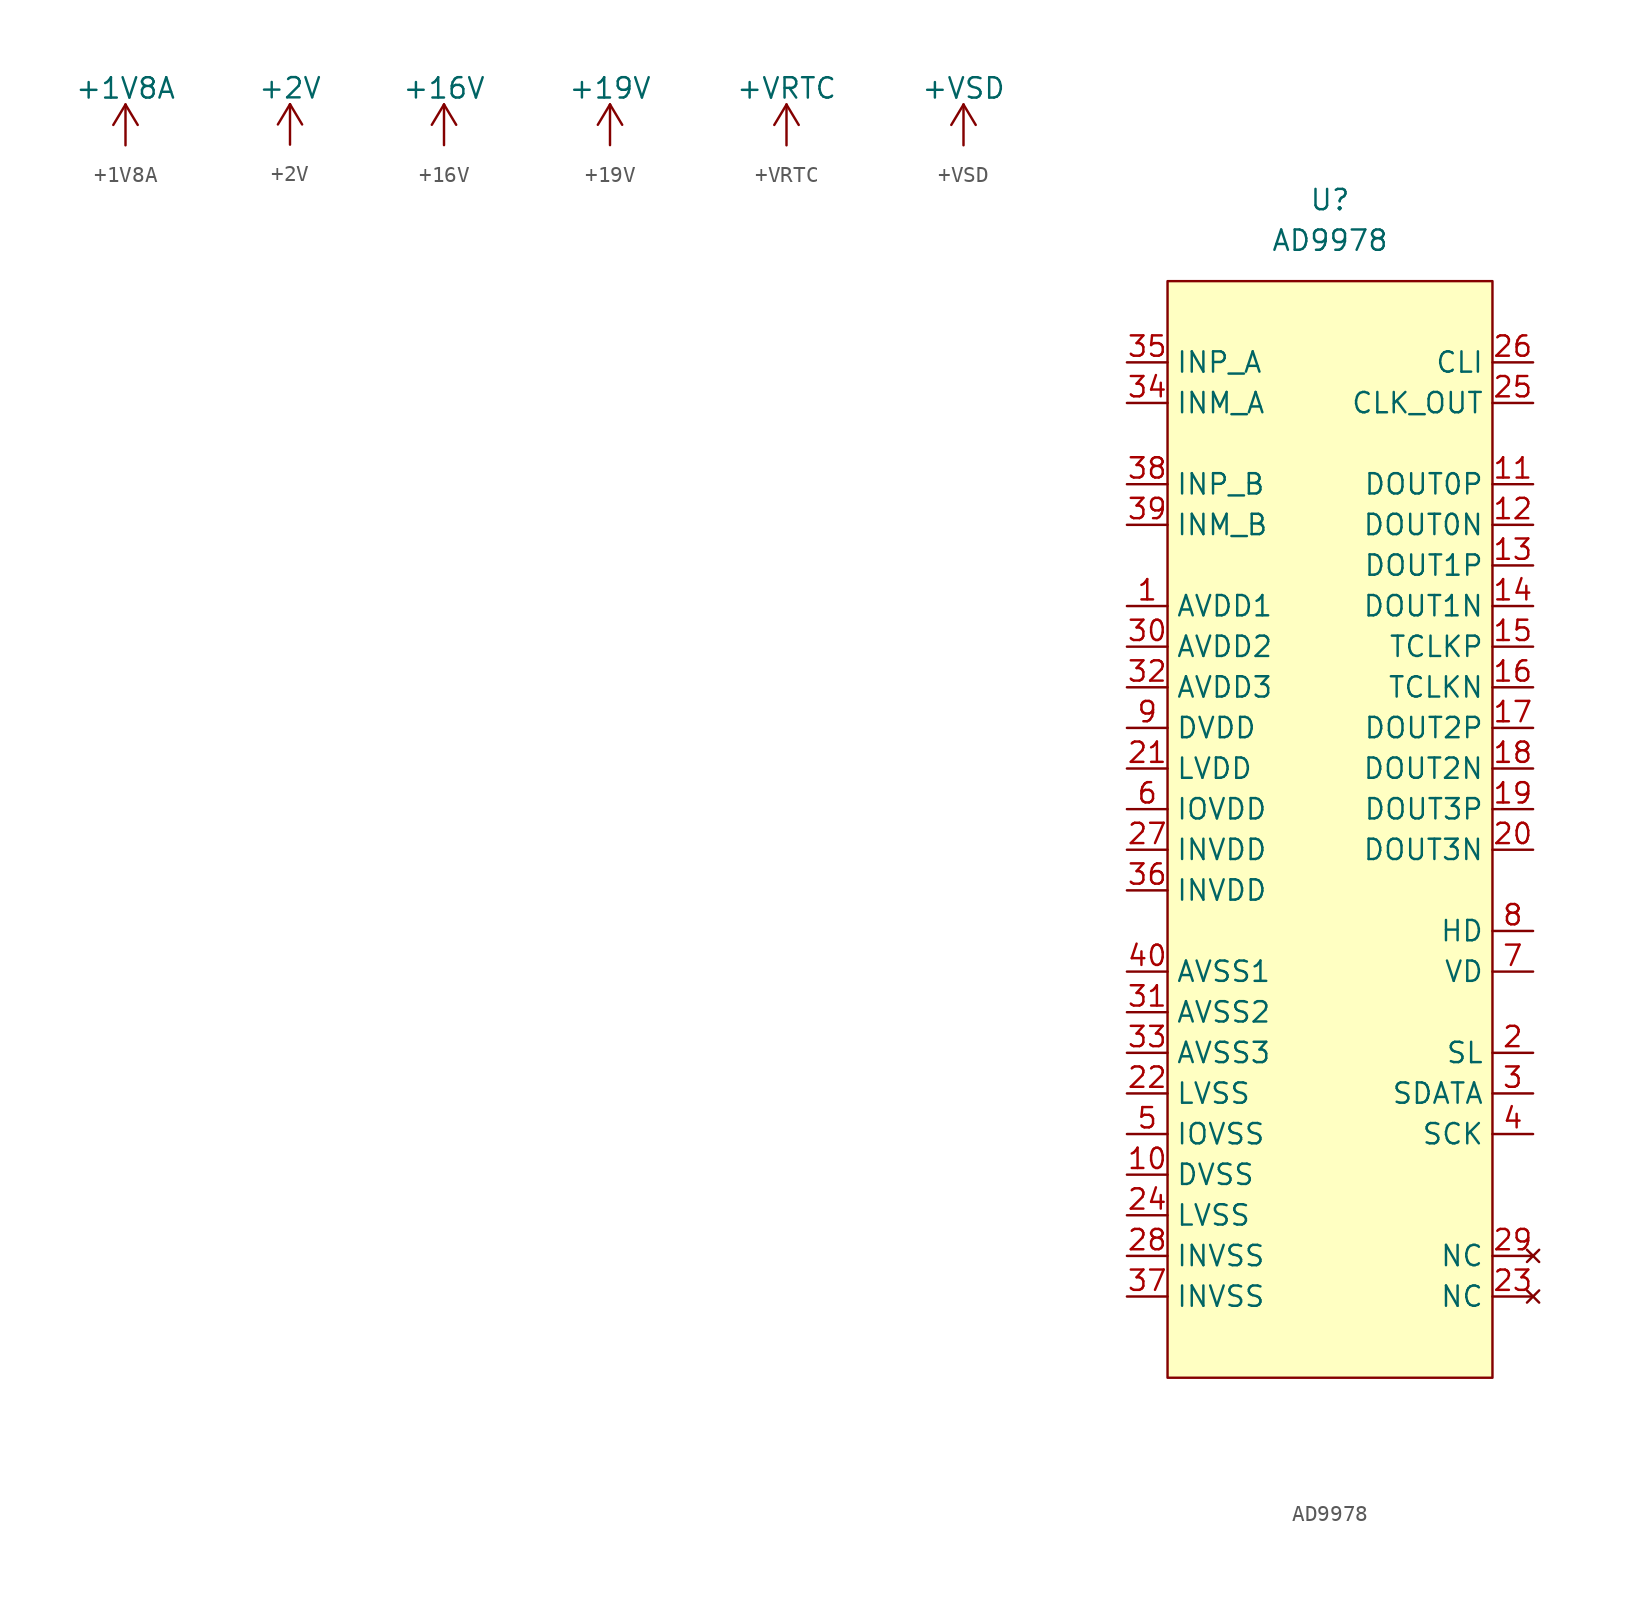
<source format=kicad_sym>
(kicad_symbol_lib
  (version 20210619)
  (generator kicad_symbol_editor)
  (symbol "Sitina:+1V8A"
    (power)
    (pin_names
      (offset 0))
    (property "Reference" "#PWR"
      (at 0 -3.81 0)
      (effects (font (size 1.27 1.27)) hide))
    (property "Value" "+1V8A"
      (at 0 3.556 0)
      (effects (font (size 1.27 1.27))))
    (symbol "+1V8A_0_1"
      (polyline (pts (xy -0.762 1.27) (xy 0 2.54)) (stroke (width 0)) (fill (type none)))
      (polyline (pts (xy 0 0) (xy 0 2.54)) (stroke (width 0)) (fill (type none)))
      (polyline (pts (xy 0 2.54) (xy 0.762 1.27)) (stroke (width 0)) (fill (type none))))
    (symbol "+1V8A_1_1"
      (pin power_in line (at 0 0 90) (length 0) hide (name "+1V8A" (effects (font (size 1.27 1.27)))) (number "1" (effects (font (size 1.27 1.27)))))))
  (symbol "Sitina:+2V"
    (power)
    (pin_names
      (offset 0))
    (property "Reference" "#PWR"
      (at 0 -3.81 0)
      (effects (font (size 1.27 1.27)) hide))
    (property "Value" "+2V"
      (at 0 3.556 0)
      (effects (font (size 1.27 1.27))))
    (symbol "+2V_0_1"
      (polyline (pts (xy -0.762 1.27) (xy 0 2.54)) (stroke (width 0)) (fill (type none)))
      (polyline (pts (xy 0 0) (xy 0 2.54)) (stroke (width 0)) (fill (type none)))
      (polyline (pts (xy 0 2.54) (xy 0.762 1.27)) (stroke (width 0)) (fill (type none))))
    (symbol "+2V_1_1"
      (pin power_in line (at 0 0 90) (length 0) hide (name "+2V" (effects (font (size 1.27 1.27)))) (number "1" (effects (font (size 1.27 1.27)))))))
  (symbol "Sitina:+16V"
    (power)
    (pin_names
      (offset 0))
    (property "Reference" "#PWR"
      (at 0 -3.81 0)
      (effects (font (size 1.27 1.27)) hide))
    (property "Value" "+16V"
      (at 0 3.556 0)
      (effects (font (size 1.27 1.27))))
    (symbol "+16V_0_1"
      (polyline (pts (xy -0.762 1.27) (xy 0 2.54)) (stroke (width 0)) (fill (type none)))
      (polyline (pts (xy 0 0) (xy 0 2.54)) (stroke (width 0)) (fill (type none)))
      (polyline (pts (xy 0 2.54) (xy 0.762 1.27)) (stroke (width 0)) (fill (type none))))
    (symbol "+16V_1_1"
      (pin power_in line (at 0 0 90) (length 0) hide (name "+16V" (effects (font (size 1.27 1.27)))) (number "1" (effects (font (size 1.27 1.27)))))))
  (symbol "Sitina:+19V"
    (power)
    (pin_names
      (offset 0))
    (property "Reference" "#PWR"
      (at 0 -3.81 0)
      (effects (font (size 1.27 1.27)) hide))
    (property "Value" "+19V"
      (at 0 3.556 0)
      (effects (font (size 1.27 1.27))))
    (symbol "+19V_0_1"
      (polyline (pts (xy -0.762 1.27) (xy 0 2.54)) (stroke (width 0)) (fill (type none)))
      (polyline (pts (xy 0 0) (xy 0 2.54)) (stroke (width 0)) (fill (type none)))
      (polyline (pts (xy 0 2.54) (xy 0.762 1.27)) (stroke (width 0)) (fill (type none))))
    (symbol "+19V_1_1"
      (pin power_in line (at 0 0 90) (length 0) hide (name "+19V" (effects (font (size 1.27 1.27)))) (number "1" (effects (font (size 1.27 1.27)))))))
  (symbol "Sitina:+VRTC"
    (power)
    (pin_names
      (offset 0))
    (property "Reference" "#PWR"
      (at 0 -3.81 0)
      (effects (font (size 1.27 1.27)) hide))
    (property "Value" "+VRTC"
      (at 0 3.556 0)
      (effects (font (size 1.27 1.27))))
    (symbol "+VRTC_0_1"
      (polyline (pts (xy -0.762 1.27) (xy 0 2.54)) (stroke (width 0)) (fill (type none)))
      (polyline (pts (xy 0 0) (xy 0 2.54)) (stroke (width 0)) (fill (type none)))
      (polyline (pts (xy 0 2.54) (xy 0.762 1.27)) (stroke (width 0)) (fill (type none))))
    (symbol "+VRTC_1_1"
      (pin power_in line (at 0 0 90) (length 0) hide (name "+VRTC" (effects (font (size 1.27 1.27)))) (number "1" (effects (font (size 1.27 1.27)))))))
  (symbol "Sitina:+VSD"
    (power)
    (pin_names
      (offset 0))
    (property "Reference" "#PWR"
      (at 0 -3.81 0)
      (effects (font (size 1.27 1.27)) hide))
    (property "Value" "+VSD"
      (at 0 3.556 0)
      (effects (font (size 1.27 1.27))))
    (symbol "+VSD_0_1"
      (polyline (pts (xy -0.762 1.27) (xy 0 2.54)) (stroke (width 0)) (fill (type none)))
      (polyline (pts (xy 0 0) (xy 0 2.54)) (stroke (width 0)) (fill (type none)))
      (polyline (pts (xy 0 2.54) (xy 0.762 1.27)) (stroke (width 0)) (fill (type none))))
    (symbol "+VSD_1_1"
      (pin power_in line (at 0 0 90) (length 0) hide (name "+VSD" (effects (font (size 1.27 1.27)))) (number "1" (effects (font (size 1.27 1.27)))))))
  (symbol "Sitina:AD9978"
    (property "Reference" "U"
      (at 0 0 0)
      (effects (font (size 1.27 1.27))))
    (property "Value" "AD9978"
      (at 0 -2.54 0)
      (effects (font (size 1.27 1.27))))
    (symbol "AD9978_0_1"
      (rectangle (start -10.16 -5.08) (end 10.16 -73.66) (stroke (width 0.152)) (fill (type background))))
    (symbol "AD9978_1_1"
      (pin power_in line (at -12.7 -25.4 0) (length 2.54) (name "AVDD1" (effects (font (size 1.27 1.27)))) (number "1" (effects (font (size 1.27 1.27)))))
      (pin power_in line (at -12.7 -60.96 0) (length 2.54) (name "DVSS" (effects (font (size 1.27 1.27)))) (number "10" (effects (font (size 1.27 1.27)))))
      (pin output line (at 12.7 -17.78 180) (length 2.54) (name "DOUT0P" (effects (font (size 1.27 1.27)))) (number "11" (effects (font (size 1.27 1.27)))))
      (pin output line (at 12.7 -20.32 180) (length 2.54) (name "DOUT0N" (effects (font (size 1.27 1.27)))) (number "12" (effects (font (size 1.27 1.27)))))
      (pin output line (at 12.7 -22.86 180) (length 2.54) (name "DOUT1P" (effects (font (size 1.27 1.27)))) (number "13" (effects (font (size 1.27 1.27)))))
      (pin output line (at 12.7 -25.4 180) (length 2.54) (name "DOUT1N" (effects (font (size 1.27 1.27)))) (number "14" (effects (font (size 1.27 1.27)))))
      (pin output line (at 12.7 -27.94 180) (length 2.54) (name "TCLKP" (effects (font (size 1.27 1.27)))) (number "15" (effects (font (size 1.27 1.27)))))
      (pin output line (at 12.7 -30.48 180) (length 2.54) (name "TCLKN" (effects (font (size 1.27 1.27)))) (number "16" (effects (font (size 1.27 1.27)))))
      (pin output line (at 12.7 -33.02 180) (length 2.54) (name "DOUT2P" (effects (font (size 1.27 1.27)))) (number "17" (effects (font (size 1.27 1.27)))))
      (pin output line (at 12.7 -35.56 180) (length 2.54) (name "DOUT2N" (effects (font (size 1.27 1.27)))) (number "18" (effects (font (size 1.27 1.27)))))
      (pin output line (at 12.7 -38.1 180) (length 2.54) (name "DOUT3P" (effects (font (size 1.27 1.27)))) (number "19" (effects (font (size 1.27 1.27)))))
      (pin input line (at 12.7 -53.34 180) (length 2.54) (name "SL" (effects (font (size 1.27 1.27)))) (number "2" (effects (font (size 1.27 1.27)))))
      (pin output line (at 12.7 -40.64 180) (length 2.54) (name "DOUT3N" (effects (font (size 1.27 1.27)))) (number "20" (effects (font (size 1.27 1.27)))))
      (pin power_in line (at -12.7 -35.56 0) (length 2.54) (name "LVDD" (effects (font (size 1.27 1.27)))) (number "21" (effects (font (size 1.27 1.27)))))
      (pin power_in line (at -12.7 -55.88 0) (length 2.54) (name "LVSS" (effects (font (size 1.27 1.27)))) (number "22" (effects (font (size 1.27 1.27)))))
      (pin no_connect line (at 12.7 -68.58 180) (length 2.54) (name "NC" (effects (font (size 1.27 1.27)))) (number "23" (effects (font (size 1.27 1.27)))))
      (pin power_in line (at -12.7 -63.5 0) (length 2.54) (name "LVSS" (effects (font (size 1.27 1.27)))) (number "24" (effects (font (size 1.27 1.27)))))
      (pin output line (at 12.7 -12.7 180) (length 2.54) (name "CLK_OUT" (effects (font (size 1.27 1.27)))) (number "25" (effects (font (size 1.27 1.27)))))
      (pin input line (at 12.7 -10.16 180) (length 2.54) (name "CLI" (effects (font (size 1.27 1.27)))) (number "26" (effects (font (size 1.27 1.27)))))
      (pin power_in line (at -12.7 -40.64 0) (length 2.54) (name "INVDD" (effects (font (size 1.27 1.27)))) (number "27" (effects (font (size 1.27 1.27)))))
      (pin power_in line (at -12.7 -66.04 0) (length 2.54) (name "INVSS" (effects (font (size 1.27 1.27)))) (number "28" (effects (font (size 1.27 1.27)))))
      (pin no_connect line (at 12.7 -66.04 180) (length 2.54) (name "NC" (effects (font (size 1.27 1.27)))) (number "29" (effects (font (size 1.27 1.27)))))
      (pin input line (at 12.7 -55.88 180) (length 2.54) (name "SDATA" (effects (font (size 1.27 1.27)))) (number "3" (effects (font (size 1.27 1.27)))))
      (pin power_in line (at -12.7 -27.94 0) (length 2.54) (name "AVDD2" (effects (font (size 1.27 1.27)))) (number "30" (effects (font (size 1.27 1.27)))))
      (pin power_in line (at -12.7 -50.8 0) (length 2.54) (name "AVSS2" (effects (font (size 1.27 1.27)))) (number "31" (effects (font (size 1.27 1.27)))))
      (pin power_in line (at -12.7 -30.48 0) (length 2.54) (name "AVDD3" (effects (font (size 1.27 1.27)))) (number "32" (effects (font (size 1.27 1.27)))))
      (pin power_in line (at -12.7 -53.34 0) (length 2.54) (name "AVSS3" (effects (font (size 1.27 1.27)))) (number "33" (effects (font (size 1.27 1.27)))))
      (pin input line (at -12.7 -12.7 0) (length 2.54) (name "INM_A" (effects (font (size 1.27 1.27)))) (number "34" (effects (font (size 1.27 1.27)))))
      (pin input line (at -12.7 -10.16 0) (length 2.54) (name "INP_A" (effects (font (size 1.27 1.27)))) (number "35" (effects (font (size 1.27 1.27)))))
      (pin power_in line (at -12.7 -43.18 0) (length 2.54) (name "INVDD" (effects (font (size 1.27 1.27)))) (number "36" (effects (font (size 1.27 1.27)))))
      (pin power_in line (at -12.7 -68.58 0) (length 2.54) (name "INVSS" (effects (font (size 1.27 1.27)))) (number "37" (effects (font (size 1.27 1.27)))))
      (pin input line (at -12.7 -17.78 0) (length 2.54) (name "INP_B" (effects (font (size 1.27 1.27)))) (number "38" (effects (font (size 1.27 1.27)))))
      (pin input line (at -12.7 -20.32 0) (length 2.54) (name "INM_B" (effects (font (size 1.27 1.27)))) (number "39" (effects (font (size 1.27 1.27)))))
      (pin input line (at 12.7 -58.42 180) (length 2.54) (name "SCK" (effects (font (size 1.27 1.27)))) (number "4" (effects (font (size 1.27 1.27)))))
      (pin power_in line (at -12.7 -48.26 0) (length 2.54) (name "AVSS1" (effects (font (size 1.27 1.27)))) (number "40" (effects (font (size 1.27 1.27)))))
      (pin power_in line (at -12.7 -58.42 0) (length 2.54) (name "IOVSS" (effects (font (size 1.27 1.27)))) (number "5" (effects (font (size 1.27 1.27)))))
      (pin power_in line (at -12.7 -38.1 0) (length 2.54) (name "IOVDD" (effects (font (size 1.27 1.27)))) (number "6" (effects (font (size 1.27 1.27)))))
      (pin input line (at 12.7 -48.26 180) (length 2.54) (name "VD" (effects (font (size 1.27 1.27)))) (number "7" (effects (font (size 1.27 1.27)))))
      (pin input line (at 12.7 -45.72 180) (length 2.54) (name "HD" (effects (font (size 1.27 1.27)))) (number "8" (effects (font (size 1.27 1.27)))))
      (pin power_in line (at -12.7 -33.02 0) (length 2.54) (name "DVDD" (effects (font (size 1.27 1.27)))) (number "9" (effects (font (size 1.27 1.27))))))))
</source>
